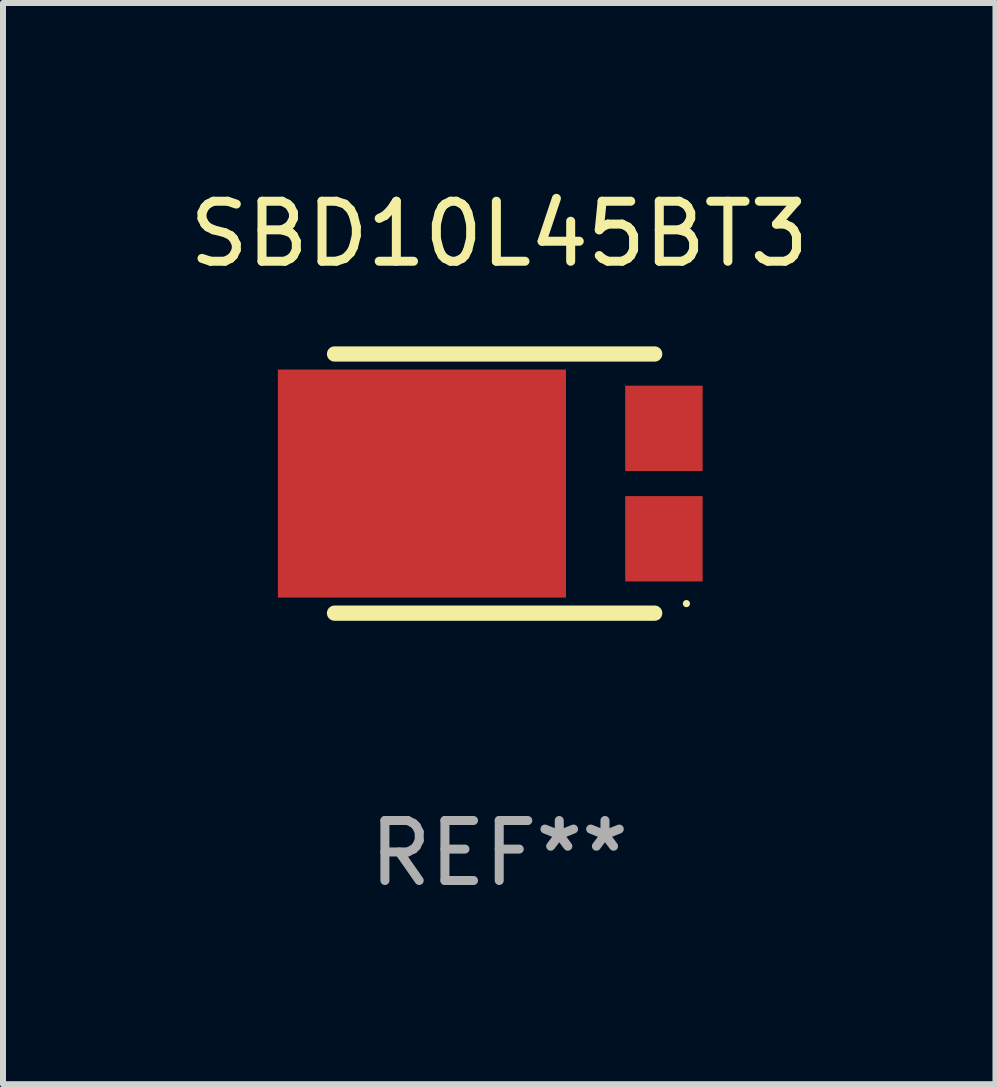
<source format=kicad_pcb>
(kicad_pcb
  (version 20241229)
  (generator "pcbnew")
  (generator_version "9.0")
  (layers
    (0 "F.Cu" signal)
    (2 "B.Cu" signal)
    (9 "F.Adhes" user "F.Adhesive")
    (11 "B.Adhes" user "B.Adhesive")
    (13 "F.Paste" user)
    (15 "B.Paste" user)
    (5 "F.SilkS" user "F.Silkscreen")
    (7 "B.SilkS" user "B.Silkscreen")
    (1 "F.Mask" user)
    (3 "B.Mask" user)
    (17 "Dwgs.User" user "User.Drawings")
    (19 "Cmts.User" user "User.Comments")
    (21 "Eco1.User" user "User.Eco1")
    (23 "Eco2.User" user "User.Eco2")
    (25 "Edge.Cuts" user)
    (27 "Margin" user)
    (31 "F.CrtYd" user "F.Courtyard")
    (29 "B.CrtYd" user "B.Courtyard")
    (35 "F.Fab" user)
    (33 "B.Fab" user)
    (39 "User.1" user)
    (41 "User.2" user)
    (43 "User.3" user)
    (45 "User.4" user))
  (footprint "SBD10L45BT3"
    (layer "F.Cu")
    (at 5.268 5.007)
    (property "Reference" "SBD10L45BT3" (at 0 -4.159 0) (layer "F.SilkS") (effects (font (size 1 1) (thickness 0.15))))
    (attr through_hole)
    (fp_line (start -2.744 2.159) (end 2.59 2.159) (stroke (width 0.254) (type solid)) (layer "F.SilkS"))
    (fp_line (start 2.59 -2.159) (end -2.744 -2.159) (stroke (width 0.254) (type solid)) (layer "F.SilkS"))
    (fp_circle (center 3.119 2) (end 3.149 2) (stroke (width 0.06) (type solid)) (fill no) (layer "F.SilkS"))
    (fp_text user "REF**" (at 0 6.159 0) (layer "F.Fab") (effects (font (size 1 1) (thickness 0.15))))
    (pad "1" smd rect (at 2.744 0.92) (size 1.29 1.422) (layers "F.Cu" "F.Mask" "F.Paste"))
    (pad "2" smd rect (at -1.288 0 90) (size 3.8 4.8) (layers "F.Cu" "F.Mask" "F.Paste"))
    (pad "3" smd rect (at 2.744 -0.92) (size 1.29 1.422) (layers "F.Cu" "F.Mask" "F.Paste")))
  (gr_rect
    (start -3 -3)
    (end 13.536 15.015)
    (stroke (width 0.1) (type default))
    (fill no)
    (layer "Edge.Cuts")))
</source>
